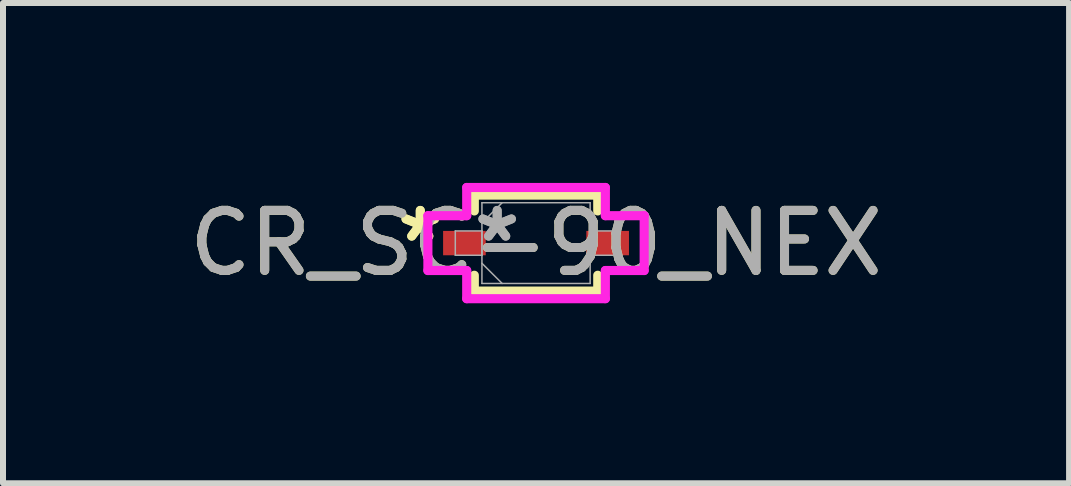
<source format=kicad_pcb>
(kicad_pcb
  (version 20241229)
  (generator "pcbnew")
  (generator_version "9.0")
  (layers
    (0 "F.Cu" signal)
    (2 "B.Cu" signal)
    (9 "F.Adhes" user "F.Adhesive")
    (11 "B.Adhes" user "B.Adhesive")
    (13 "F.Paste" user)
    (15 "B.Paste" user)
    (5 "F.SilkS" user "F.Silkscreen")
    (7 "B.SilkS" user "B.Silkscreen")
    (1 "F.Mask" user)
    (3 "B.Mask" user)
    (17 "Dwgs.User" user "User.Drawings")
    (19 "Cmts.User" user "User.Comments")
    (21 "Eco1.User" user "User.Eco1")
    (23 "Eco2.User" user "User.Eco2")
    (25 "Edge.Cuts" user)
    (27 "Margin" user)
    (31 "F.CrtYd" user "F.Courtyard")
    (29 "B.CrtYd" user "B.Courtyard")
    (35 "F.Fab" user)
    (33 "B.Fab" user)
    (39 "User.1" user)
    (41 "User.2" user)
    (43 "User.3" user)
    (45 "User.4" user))
  (footprint "CR_SC-90_NEX"
    (layer "F.Cu")
    (at 5.887 1.003)
    (property "Reference" "CR_SC-90_NEX" (at 0 0 0) (unlocked yes) (layer "F.SilkS") (effects (font (size 1 1) (thickness 0.15))))
    (attr smd)
    (fp_line (start -1.029 -0.8) (end -1.029 -0.536) (stroke (width 0.152) (type solid)) (layer "F.SilkS"))
    (fp_line (start -1.029 0.536) (end -1.029 0.8) (stroke (width 0.152) (type solid)) (layer "F.SilkS"))
    (fp_line (start -1.029 0.8) (end 1.029 0.8) (stroke (width 0.152) (type solid)) (layer "F.SilkS"))
    (fp_line (start 1.029 -0.8) (end -1.029 -0.8) (stroke (width 0.152) (type solid)) (layer "F.SilkS"))
    (fp_line (start 1.029 -0.536) (end 1.029 -0.8) (stroke (width 0.152) (type solid)) (layer "F.SilkS"))
    (fp_line (start 1.029 0.8) (end 1.029 0.536) (stroke (width 0.152) (type solid)) (layer "F.SilkS"))
    (fp_line (start -1.803 -0.457) (end -1.156 -0.457) (stroke (width 0.152) (type solid)) (layer "F.CrtYd"))
    (fp_line (start -1.803 0.457) (end -1.803 -0.457) (stroke (width 0.152) (type solid)) (layer "F.CrtYd"))
    (fp_line (start -1.156 -0.927) (end 1.156 -0.927) (stroke (width 0.152) (type solid)) (layer "F.CrtYd"))
    (fp_line (start -1.156 -0.457) (end -1.156 -0.927) (stroke (width 0.152) (type solid)) (layer "F.CrtYd"))
    (fp_line (start -1.156 0.457) (end -1.803 0.457) (stroke (width 0.152) (type solid)) (layer "F.CrtYd"))
    (fp_line (start -1.156 0.927) (end -1.156 0.457) (stroke (width 0.152) (type solid)) (layer "F.CrtYd"))
    (fp_line (start 1.156 -0.927) (end 1.156 -0.457) (stroke (width 0.152) (type solid)) (layer "F.CrtYd"))
    (fp_line (start 1.156 -0.457) (end 1.803 -0.457) (stroke (width 0.152) (type solid)) (layer "F.CrtYd"))
    (fp_line (start 1.156 0.457) (end 1.156 0.927) (stroke (width 0.152) (type solid)) (layer "F.CrtYd"))
    (fp_line (start 1.156 0.927) (end -1.156 0.927) (stroke (width 0.152) (type solid)) (layer "F.CrtYd"))
    (fp_line (start 1.803 -0.457) (end 1.803 0.457) (stroke (width 0.152) (type solid)) (layer "F.CrtYd"))
    (fp_line (start 1.803 0.457) (end 1.156 0.457) (stroke (width 0.152) (type solid)) (layer "F.CrtYd"))
    (fp_line (start -1.346 -0.203) (end -1.346 0.203) (stroke (width 0.025) (type solid)) (layer "F.Fab"))
    (fp_line (start -1.346 0.203) (end -0.902 0.203) (stroke (width 0.025) (type solid)) (layer "F.Fab"))
    (fp_line (start -0.902 -0.673) (end -0.902 0.673) (stroke (width 0.025) (type solid)) (layer "F.Fab"))
    (fp_line (start -0.902 -0.337) (end -0.565 -0.673) (stroke (width 0.025) (type solid)) (layer "F.Fab"))
    (fp_line (start -0.902 -0.203) (end -1.346 -0.203) (stroke (width 0.025) (type solid)) (layer "F.Fab"))
    (fp_line (start -0.902 0.203) (end -0.902 -0.203) (stroke (width 0.025) (type solid)) (layer "F.Fab"))
    (fp_line (start -0.902 0.337) (end -0.565 0.673) (stroke (width 0.025) (type solid)) (layer "F.Fab"))
    (fp_line (start -0.902 0.673) (end 0.902 0.673) (stroke (width 0.025) (type solid)) (layer "F.Fab"))
    (fp_line (start 0.902 -0.673) (end -0.902 -0.673) (stroke (width 0.025) (type solid)) (layer "F.Fab"))
    (fp_line (start 0.902 -0.203) (end 0.902 0.203) (stroke (width 0.025) (type solid)) (layer "F.Fab"))
    (fp_line (start 0.902 0.203) (end 1.346 0.203) (stroke (width 0.025) (type solid)) (layer "F.Fab"))
    (fp_line (start 0.902 0.673) (end 0.902 -0.673) (stroke (width 0.025) (type solid)) (layer "F.Fab"))
    (fp_line (start 1.346 -0.203) (end 0.902 -0.203) (stroke (width 0.025) (type solid)) (layer "F.Fab"))
    (fp_line (start 1.346 0.203) (end 1.346 -0.203) (stroke (width 0.025) (type solid)) (layer "F.Fab"))
    (fp_text user "*" (at -1.93 0 0) (unlocked yes) (layer "F.SilkS") (effects (font (size 1 1) (thickness 0.15))))
    (fp_text user "*" (at -1.93 0 0) (layer "F.SilkS") (effects (font (size 1 1) (thickness 0.15))))
    (fp_text user "*" (at -0.648 0 0) (unlocked yes) (layer "F.Fab") (effects (font (size 1 1) (thickness 0.15))))
    (fp_text user "${REFERENCE}" (at 0 0 0) (unlocked yes) (layer "F.Fab") (effects (font (size 1 1) (thickness 0.15))))
    (fp_text user "*" (at -0.648 0 0) (layer "F.Fab") (effects (font (size 1 1) (thickness 0.15))))
    (pad "1" smd rect (at -1.194 0) (size 0.711 0.406) (layers "F.Cu" "F.Mask" "F.Paste"))
    (pad "2" smd rect (at 1.194 0) (size 0.711 0.406) (layers "F.Cu" "F.Mask" "F.Paste"))
    (zone (net_name "") (layer "F.Cu") (hatch full 0.508) (connect_pads) (min_thickness 0.254) (filled_areas_thickness no) (keepout (tracks not_allowed) (vias not_allowed) (pads allowed) (copperpour not_allowed) (footprints allowed)) (placement (enabled no)) (fill) (polygon (pts (xy 5.1 0.381) (xy 6.674 0.381) (xy 6.674 1.626) (xy 5.1 1.626)))))
  (gr_rect
    (start -3 -3)
    (end 14.774 5.007)
    (stroke (width 0.1) (type default))
    (fill no)
    (layer "Edge.Cuts")))
</source>
